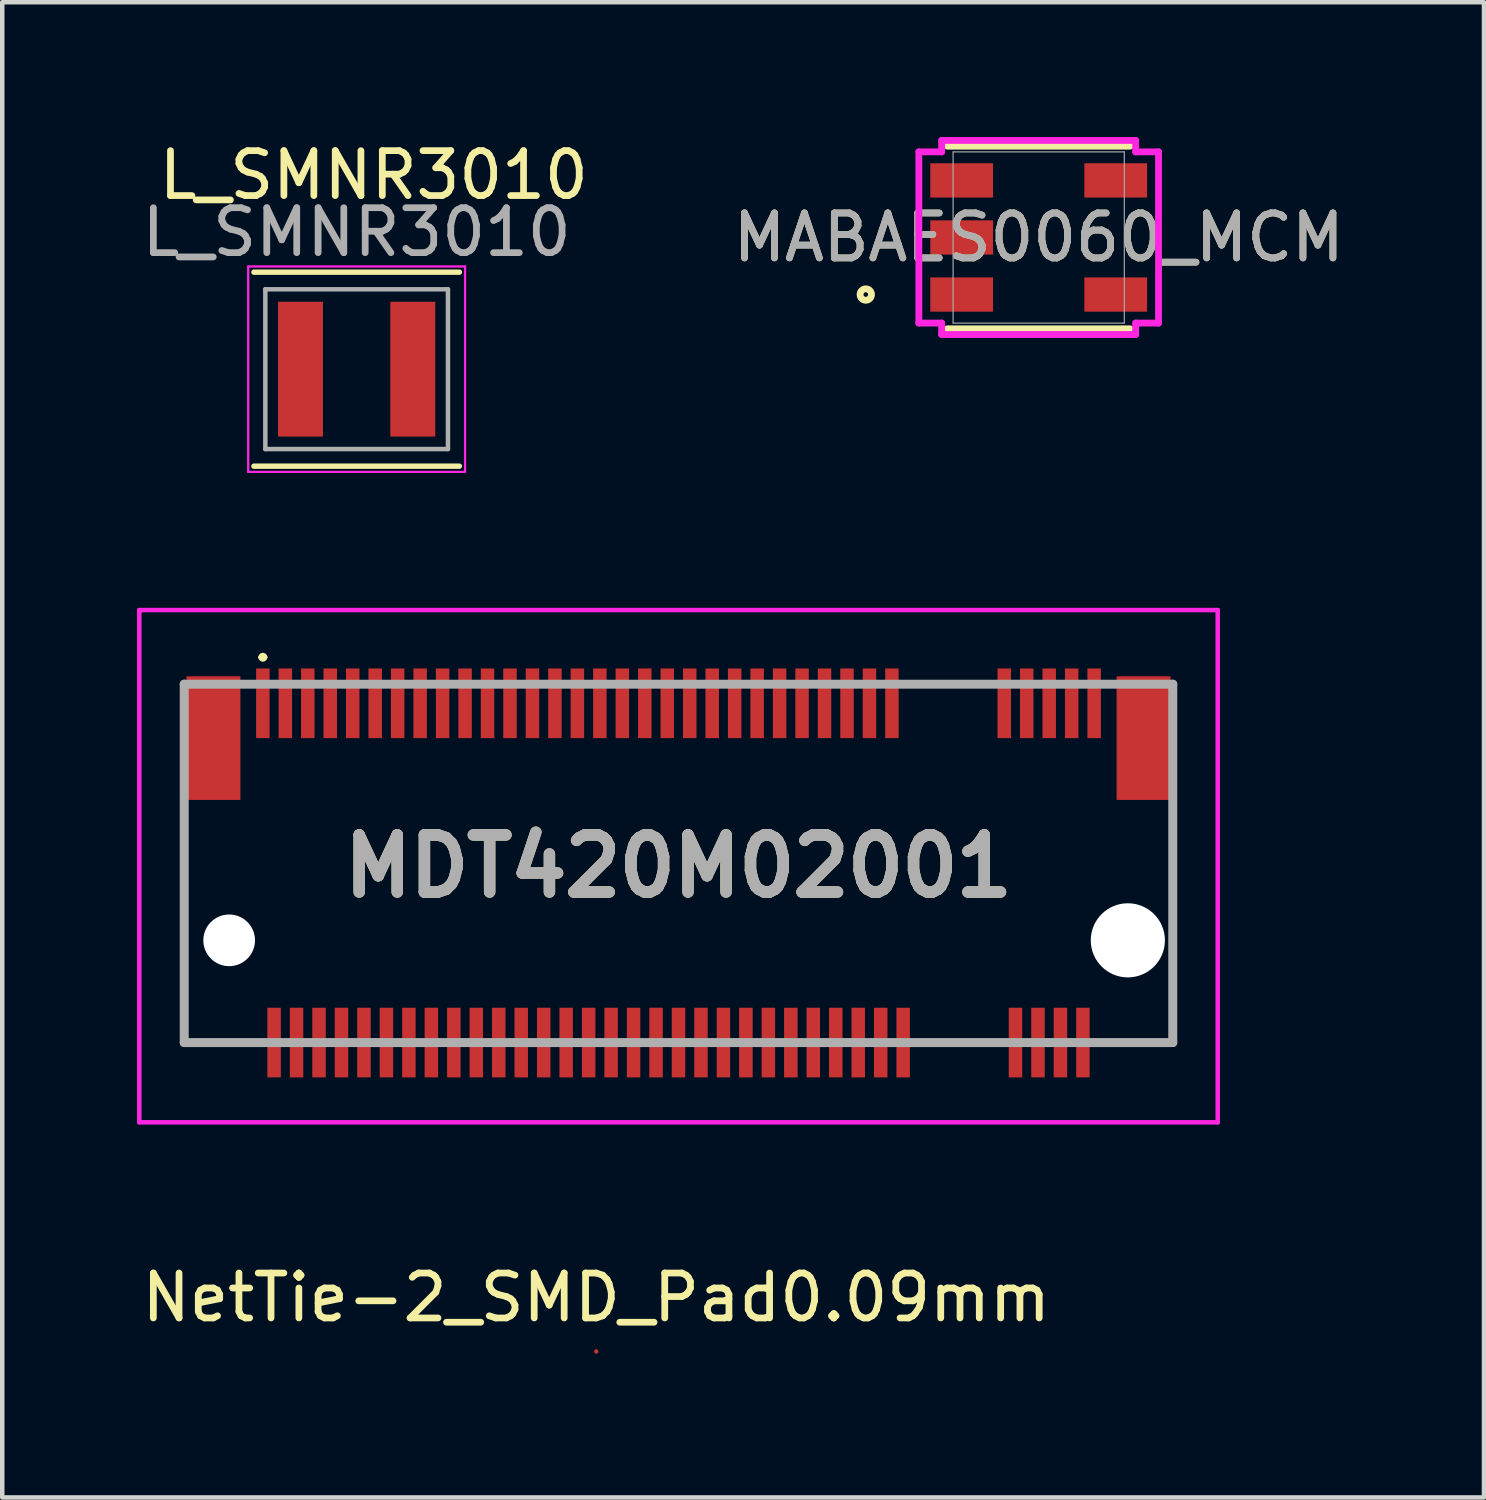
<source format=kicad_pcb>
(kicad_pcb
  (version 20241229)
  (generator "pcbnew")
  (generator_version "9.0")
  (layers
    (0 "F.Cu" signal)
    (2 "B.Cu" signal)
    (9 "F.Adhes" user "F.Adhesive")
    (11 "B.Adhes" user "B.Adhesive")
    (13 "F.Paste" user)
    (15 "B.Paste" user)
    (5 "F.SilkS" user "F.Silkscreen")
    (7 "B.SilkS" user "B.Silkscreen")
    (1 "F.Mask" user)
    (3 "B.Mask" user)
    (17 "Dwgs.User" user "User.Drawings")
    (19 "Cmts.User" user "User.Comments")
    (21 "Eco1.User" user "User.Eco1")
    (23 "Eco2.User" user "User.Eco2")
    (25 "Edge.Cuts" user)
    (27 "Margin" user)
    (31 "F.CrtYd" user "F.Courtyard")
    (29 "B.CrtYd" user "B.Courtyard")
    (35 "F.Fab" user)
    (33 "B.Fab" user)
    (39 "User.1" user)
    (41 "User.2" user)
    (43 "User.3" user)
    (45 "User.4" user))
  (footprint "NetTie-2_SMD_Pad0.09mm"
    (layer "F.Cu")
    (at 10.22 27.026)
    (property "Reference" "NetTie-2_SMD_Pad0.09mm" (at 0 -1.2 0) (layer "F.SilkS") (effects (font (size 1 1) (thickness 0.15))))
    (attr exclude_from_pos_files exclude_from_bom allow_missing_courtyard)
    (pad "1" smd circle (at 0 0) (size 0.09 0.09) (layers "F.Cu"))
    (pad "2" smd circle (at 0 0) (size 0.09 0.09) (layers "F.Cu")))
  (footprint "L_SMNR3010"
    (layer "F.Cu")
    (at 4.887 5.166)
    (property "Reference" "L_SMNR3010" (at 0.381 -4.318 0) (layer "F.SilkS") (effects (font (size 1 1) (thickness 0.15))))
    (attr smd)
    (fp_line (start -2.286 -2.159) (end 2.286 -2.159) (stroke (width 0.12) (type solid)) (layer "F.SilkS"))
    (fp_line (start 2.286 2.159) (end -2.286 2.159) (stroke (width 0.12) (type solid)) (layer "F.SilkS"))
    (fp_line (start -2.413 -2.286) (end -2.413 2.286) (stroke (width 0.05) (type solid)) (layer "F.CrtYd"))
    (fp_line (start -2.413 -2.286) (end 2.413 -2.286) (stroke (width 0.05) (type solid)) (layer "F.CrtYd"))
    (fp_line (start 2.413 -2.286) (end 2.413 2.286) (stroke (width 0.05) (type solid)) (layer "F.CrtYd"))
    (fp_line (start 2.413 2.286) (end -2.413 2.286) (stroke (width 0.05) (type solid)) (layer "F.CrtYd"))
    (fp_line (start -2.032 -1.778) (end -2.032 1.778) (stroke (width 0.1) (type solid)) (layer "F.Fab"))
    (fp_line (start -2.032 -1.778) (end 2.032 -1.778) (stroke (width 0.1) (type solid)) (layer "F.Fab"))
    (fp_line (start 2.032 -1.778) (end 2.032 1.778) (stroke (width 0.1) (type solid)) (layer "F.Fab"))
    (fp_line (start 2.032 1.778) (end -2.032 1.778) (stroke (width 0.1) (type solid)) (layer "F.Fab"))
    (fp_text user "${REFERENCE}" (at 0 -3.048 0) (layer "F.Fab") (effects (font (size 1 1) (thickness 0.15))))
    (pad "1" smd rect (at -1.25 0) (size 1 3) (layers "F.Cu" "F.Mask" "F.Paste"))
    (pad "2" smd rect (at 1.25 0) (size 1 3) (layers "F.Cu" "F.Mask" "F.Paste")))
  (footprint "MABAES0060_MCM"
    (layer "F.Cu")
    (at 20.066 2.235)
    (property "Reference" "MABAES0060_MCM" (at 0 0 0) (unlocked yes) (layer "F.SilkS") (effects (font (size 1 1) (thickness 0.15))))
    (attr smd)
    (fp_line (start -2.032 2.032) (end 2.032 2.032) (stroke (width 0.152) (type solid)) (layer "F.SilkS"))
    (fp_line (start 2.032 -2.032) (end -2.032 -2.032) (stroke (width 0.152) (type solid)) (layer "F.SilkS"))
    (fp_circle (center -3.848 1.27) (end -3.721 1.27) (stroke (width 0.152) (type solid)) (fill no) (layer "F.SilkS"))
    (fp_line (start -2.667 -1.905) (end -2.159 -1.905) (stroke (width 0.152) (type solid)) (layer "F.CrtYd"))
    (fp_line (start -2.667 1.905) (end -2.667 -1.905) (stroke (width 0.152) (type solid)) (layer "F.CrtYd"))
    (fp_line (start -2.667 1.905) (end -2.159 1.905) (stroke (width 0.152) (type solid)) (layer "F.CrtYd"))
    (fp_line (start -2.159 -2.159) (end 2.159 -2.159) (stroke (width 0.152) (type solid)) (layer "F.CrtYd"))
    (fp_line (start -2.159 -1.905) (end -2.159 -2.159) (stroke (width 0.152) (type solid)) (layer "F.CrtYd"))
    (fp_line (start -2.159 2.159) (end -2.159 1.905) (stroke (width 0.152) (type solid)) (layer "F.CrtYd"))
    (fp_line (start 2.159 -2.159) (end 2.159 -1.905) (stroke (width 0.152) (type solid)) (layer "F.CrtYd"))
    (fp_line (start 2.159 1.905) (end 2.159 2.159) (stroke (width 0.152) (type solid)) (layer "F.CrtYd"))
    (fp_line (start 2.159 2.159) (end -2.159 2.159) (stroke (width 0.152) (type solid)) (layer "F.CrtYd"))
    (fp_line (start 2.667 -1.905) (end 2.159 -1.905) (stroke (width 0.152) (type solid)) (layer "F.CrtYd"))
    (fp_line (start 2.667 -1.905) (end 2.667 1.905) (stroke (width 0.152) (type solid)) (layer "F.CrtYd"))
    (fp_line (start 2.667 1.905) (end 2.159 1.905) (stroke (width 0.152) (type solid)) (layer "F.CrtYd"))
    (fp_line (start -1.905 -1.905) (end -1.905 1.905) (stroke (width 0.025) (type solid)) (layer "F.Fab"))
    (fp_line (start -1.905 1.905) (end 1.905 1.905) (stroke (width 0.025) (type solid)) (layer "F.Fab"))
    (fp_line (start 1.905 -1.905) (end -1.905 -1.905) (stroke (width 0.025) (type solid)) (layer "F.Fab"))
    (fp_line (start 1.905 1.905) (end 1.905 -1.905) (stroke (width 0.025) (type solid)) (layer "F.Fab"))
    (fp_text user "${REFERENCE}" (at 0 0 0) (unlocked yes) (layer "F.Fab") (effects (font (size 1 1) (thickness 0.15))))
    (pad "1" smd rect (at -1.714 1.27) (size 1.397 0.762) (layers "F.Cu" "F.Mask" "F.Paste"))
    (pad "2" smd rect (at -1.714 0) (size 1.397 0.762) (layers "F.Cu" "F.Mask" "F.Paste"))
    (pad "3" smd rect (at -1.714 -1.27) (size 1.397 0.762) (layers "F.Cu" "F.Mask" "F.Paste"))
    (pad "4" smd rect (at 1.714 -1.27) (size 1.397 0.762) (layers "F.Cu" "F.Mask" "F.Paste"))
    (pad "5" smd rect (at 1.714 1.27) (size 1.397 0.762) (layers "F.Cu" "F.Mask" "F.Paste")))
  (footprint "MDT420M02001"
    (layer "F.Cu")
    (at 12.05 16.177)
    (property "Reference" "MDT420M02001" (at 0 0.05 0) (layer "F.SilkS") (effects (font (size 1.27 1.27) (thickness 0.254))))
    (attr through_hole)
    (fp_line (start -11 -1) (end -11 3.975) (stroke (width 0.1) (type solid)) (layer "F.SilkS"))
    (fp_line (start -11 3.975) (end -10 3.975) (stroke (width 0.1) (type solid)) (layer "F.SilkS"))
    (fp_line (start -9.3 -4.6) (end -9.3 -4.6) (stroke (width 0.1) (type solid)) (layer "F.SilkS"))
    (fp_line (start -9.2 -4.6) (end -9.2 -4.6) (stroke (width 0.1) (type solid)) (layer "F.SilkS"))
    (fp_line (start 10 4) (end 11 3.975) (stroke (width 0.1) (type solid)) (layer "F.SilkS"))
    (fp_line (start 11 3.975) (end 11 -1) (stroke (width 0.1) (type solid)) (layer "F.SilkS"))
    (fp_arc (start -9.3 -4.6) (mid -9.25 -4.65) (end -9.2 -4.6) (stroke (width 0.1) (type solid)) (layer "F.SilkS"))
    (fp_arc (start -9.2 -4.6) (mid -9.25 -4.55) (end -9.3 -4.6) (stroke (width 0.1) (type solid)) (layer "F.SilkS"))
    (fp_line (start -12 -5.65) (end 12 -5.65) (stroke (width 0.1) (type solid)) (layer "F.CrtYd"))
    (fp_line (start -12 5.75) (end -12 -5.65) (stroke (width 0.1) (type solid)) (layer "F.CrtYd"))
    (fp_line (start 12 -5.65) (end 12 5.75) (stroke (width 0.1) (type solid)) (layer "F.CrtYd"))
    (fp_line (start 12 5.75) (end -12 5.75) (stroke (width 0.1) (type solid)) (layer "F.CrtYd"))
    (fp_line (start -11 -4) (end 11 -4) (stroke (width 0.2) (type solid)) (layer "F.Fab"))
    (fp_line (start -11 3.975) (end -11 -4) (stroke (width 0.2) (type solid)) (layer "F.Fab"))
    (fp_line (start 11 -4) (end 11 3.975) (stroke (width 0.2) (type solid)) (layer "F.Fab"))
    (fp_line (start 11 3.975) (end -11 3.975) (stroke (width 0.2) (type solid)) (layer "F.Fab"))
    (fp_text user "${REFERENCE}" (at 0 0.05 0) (layer "F.Fab") (effects (font (size 1.27 1.27) (thickness 0.254))))
    (pad "" np_thru_hole circle (at -10 1.7) (size 1.15 1.15) (drill 1.15) (layers "*.Cu" "*.Mask"))
    (pad "" np_thru_hole circle (at 10 1.7) (size 1.65 1.65) (drill 1.65) (layers "*.Cu" "*.Mask"))
    (pad "1" smd rect (at -9.25 -3.575) (size 0.3 1.55) (layers "F.Cu" "F.Mask" "F.Paste"))
    (pad "2" smd rect (at -9 3.975) (size 0.3 1.55) (layers "F.Cu" "F.Mask" "F.Paste"))
    (pad "3" smd rect (at -8.75 -3.575) (size 0.3 1.55) (layers "F.Cu" "F.Mask" "F.Paste"))
    (pad "4" smd rect (at -8.5 3.975) (size 0.3 1.55) (layers "F.Cu" "F.Mask" "F.Paste"))
    (pad "5" smd rect (at -8.25 -3.575) (size 0.3 1.55) (layers "F.Cu" "F.Mask" "F.Paste"))
    (pad "6" smd rect (at -8 3.975) (size 0.3 1.55) (layers "F.Cu" "F.Mask" "F.Paste"))
    (pad "7" smd rect (at -7.75 -3.575) (size 0.3 1.55) (layers "F.Cu" "F.Mask" "F.Paste"))
    (pad "8" smd rect (at -7.5 3.975) (size 0.3 1.55) (layers "F.Cu" "F.Mask" "F.Paste"))
    (pad "9" smd rect (at -7.25 -3.575) (size 0.3 1.55) (layers "F.Cu" "F.Mask" "F.Paste"))
    (pad "10" smd rect (at -7 3.975) (size 0.3 1.55) (layers "F.Cu" "F.Mask" "F.Paste"))
    (pad "11" smd rect (at -6.75 -3.575) (size 0.3 1.55) (layers "F.Cu" "F.Mask" "F.Paste"))
    (pad "12" smd rect (at -6.5 3.975) (size 0.3 1.55) (layers "F.Cu" "F.Mask" "F.Paste"))
    (pad "13" smd rect (at -6.25 -3.575) (size 0.3 1.55) (layers "F.Cu" "F.Mask" "F.Paste"))
    (pad "14" smd rect (at -6 3.975) (size 0.3 1.55) (layers "F.Cu" "F.Mask" "F.Paste"))
    (pad "15" smd rect (at -5.75 -3.575) (size 0.3 1.55) (layers "F.Cu" "F.Mask" "F.Paste"))
    (pad "16" smd rect (at -5.5 3.975) (size 0.3 1.55) (layers "F.Cu" "F.Mask" "F.Paste"))
    (pad "17" smd rect (at -5.25 -3.575) (size 0.3 1.55) (layers "F.Cu" "F.Mask" "F.Paste"))
    (pad "18" smd rect (at -5 3.975) (size 0.3 1.55) (layers "F.Cu" "F.Mask" "F.Paste"))
    (pad "19" smd rect (at -4.75 -3.575) (size 0.3 1.55) (layers "F.Cu" "F.Mask" "F.Paste"))
    (pad "20" smd rect (at -4.5 3.975) (size 0.3 1.55) (layers "F.Cu" "F.Mask" "F.Paste"))
    (pad "21" smd rect (at -4.25 -3.575) (size 0.3 1.55) (layers "F.Cu" "F.Mask" "F.Paste"))
    (pad "22" smd rect (at -4 3.975) (size 0.3 1.55) (layers "F.Cu" "F.Mask" "F.Paste"))
    (pad "23" smd rect (at -3.75 -3.575) (size 0.3 1.55) (layers "F.Cu" "F.Mask" "F.Paste"))
    (pad "24" smd rect (at -3.5 3.975) (size 0.3 1.55) (layers "F.Cu" "F.Mask" "F.Paste"))
    (pad "25" smd rect (at -3.25 -3.575) (size 0.3 1.55) (layers "F.Cu" "F.Mask" "F.Paste"))
    (pad "26" smd rect (at -3 3.975) (size 0.3 1.55) (layers "F.Cu" "F.Mask" "F.Paste"))
    (pad "27" smd rect (at -2.75 -3.575) (size 0.3 1.55) (layers "F.Cu" "F.Mask" "F.Paste"))
    (pad "28" smd rect (at -2.5 3.975) (size 0.3 1.55) (layers "F.Cu" "F.Mask" "F.Paste"))
    (pad "29" smd rect (at -2.25 -3.575) (size 0.3 1.55) (layers "F.Cu" "F.Mask" "F.Paste"))
    (pad "30" smd rect (at -2 3.975) (size 0.3 1.55) (layers "F.Cu" "F.Mask" "F.Paste"))
    (pad "31" smd rect (at -1.75 -3.575) (size 0.3 1.55) (layers "F.Cu" "F.Mask" "F.Paste"))
    (pad "32" smd rect (at -1.5 3.975) (size 0.3 1.55) (layers "F.Cu" "F.Mask" "F.Paste"))
    (pad "33" smd rect (at -1.25 -3.575) (size 0.3 1.55) (layers "F.Cu" "F.Mask" "F.Paste"))
    (pad "34" smd rect (at -1 3.975) (size 0.3 1.55) (layers "F.Cu" "F.Mask" "F.Paste"))
    (pad "35" smd rect (at -0.75 -3.575) (size 0.3 1.55) (layers "F.Cu" "F.Mask" "F.Paste"))
    (pad "36" smd rect (at -0.5 3.975) (size 0.3 1.55) (layers "F.Cu" "F.Mask" "F.Paste"))
    (pad "37" smd rect (at -0.25 -3.575) (size 0.3 1.55) (layers "F.Cu" "F.Mask" "F.Paste"))
    (pad "38" smd rect (at 0 3.975) (size 0.3 1.55) (layers "F.Cu" "F.Mask" "F.Paste"))
    (pad "39" smd rect (at 0.25 -3.575) (size 0.3 1.55) (layers "F.Cu" "F.Mask" "F.Paste"))
    (pad "40" smd rect (at 0.5 3.975) (size 0.3 1.55) (layers "F.Cu" "F.Mask" "F.Paste"))
    (pad "41" smd rect (at 0.75 -3.575) (size 0.3 1.55) (layers "F.Cu" "F.Mask" "F.Paste"))
    (pad "42" smd rect (at 1 3.975) (size 0.3 1.55) (layers "F.Cu" "F.Mask" "F.Paste"))
    (pad "43" smd rect (at 1.25 -3.575) (size 0.3 1.55) (layers "F.Cu" "F.Mask" "F.Paste"))
    (pad "44" smd rect (at 1.5 3.975) (size 0.3 1.55) (layers "F.Cu" "F.Mask" "F.Paste"))
    (pad "45" smd rect (at 1.75 -3.575) (size 0.3 1.55) (layers "F.Cu" "F.Mask" "F.Paste"))
    (pad "46" smd rect (at 2 3.975) (size 0.3 1.55) (layers "F.Cu" "F.Mask" "F.Paste"))
    (pad "47" smd rect (at 2.25 -3.575) (size 0.3 1.55) (layers "F.Cu" "F.Mask" "F.Paste"))
    (pad "48" smd rect (at 2.5 3.975) (size 0.3 1.55) (layers "F.Cu" "F.Mask" "F.Paste"))
    (pad "49" smd rect (at 2.75 -3.575) (size 0.3 1.55) (layers "F.Cu" "F.Mask" "F.Paste"))
    (pad "50" smd rect (at 3 3.975) (size 0.3 1.55) (layers "F.Cu" "F.Mask" "F.Paste"))
    (pad "51" smd rect (at 3.25 -3.575) (size 0.3 1.55) (layers "F.Cu" "F.Mask" "F.Paste"))
    (pad "52" smd rect (at 3.5 3.975) (size 0.3 1.55) (layers "F.Cu" "F.Mask" "F.Paste"))
    (pad "53" smd rect (at 3.75 -3.575) (size 0.3 1.55) (layers "F.Cu" "F.Mask" "F.Paste"))
    (pad "54" smd rect (at 4 3.975) (size 0.3 1.55) (layers "F.Cu" "F.Mask" "F.Paste"))
    (pad "55" smd rect (at 4.25 -3.575) (size 0.3 1.55) (layers "F.Cu" "F.Mask" "F.Paste"))
    (pad "56" smd rect (at 4.5 3.975) (size 0.3 1.55) (layers "F.Cu" "F.Mask" "F.Paste"))
    (pad "57" smd rect (at 4.75 -3.575) (size 0.3 1.55) (layers "F.Cu" "F.Mask" "F.Paste"))
    (pad "58" smd rect (at 5 3.975) (size 0.3 1.55) (layers "F.Cu" "F.Mask" "F.Paste"))
    (pad "67" smd rect (at 7.25 -3.575) (size 0.3 1.55) (layers "F.Cu" "F.Mask" "F.Paste"))
    (pad "68" smd rect (at 7.5 3.975) (size 0.3 1.55) (layers "F.Cu" "F.Mask" "F.Paste"))
    (pad "69" smd rect (at 7.75 -3.575) (size 0.3 1.55) (layers "F.Cu" "F.Mask" "F.Paste"))
    (pad "70" smd rect (at 8 3.975) (size 0.3 1.55) (layers "F.Cu" "F.Mask" "F.Paste"))
    (pad "71" smd rect (at 8.25 -3.575) (size 0.3 1.55) (layers "F.Cu" "F.Mask" "F.Paste"))
    (pad "72" smd rect (at 8.5 3.975) (size 0.3 1.55) (layers "F.Cu" "F.Mask" "F.Paste"))
    (pad "73" smd rect (at 8.75 -3.575) (size 0.3 1.55) (layers "F.Cu" "F.Mask" "F.Paste"))
    (pad "74" smd rect (at 9 3.975) (size 0.3 1.55) (layers "F.Cu" "F.Mask" "F.Paste"))
    (pad "75" smd rect (at 9.25 -3.575) (size 0.3 1.55) (layers "F.Cu" "F.Mask" "F.Paste"))
    (pad "MP1" smd rect (at -10.35 -2.8) (size 1.2 2.75) (layers "F.Cu" "F.Mask" "F.Paste"))
    (pad "MP2" smd rect (at 10.35 -2.8) (size 1.2 2.75) (layers "F.Cu" "F.Mask" "F.Paste")))
  (gr_rect
    (start -3 -3)
    (end 29.976 30.276)
    (stroke (width 0.1) (type default))
    (fill no)
    (layer "Edge.Cuts")))
</source>
